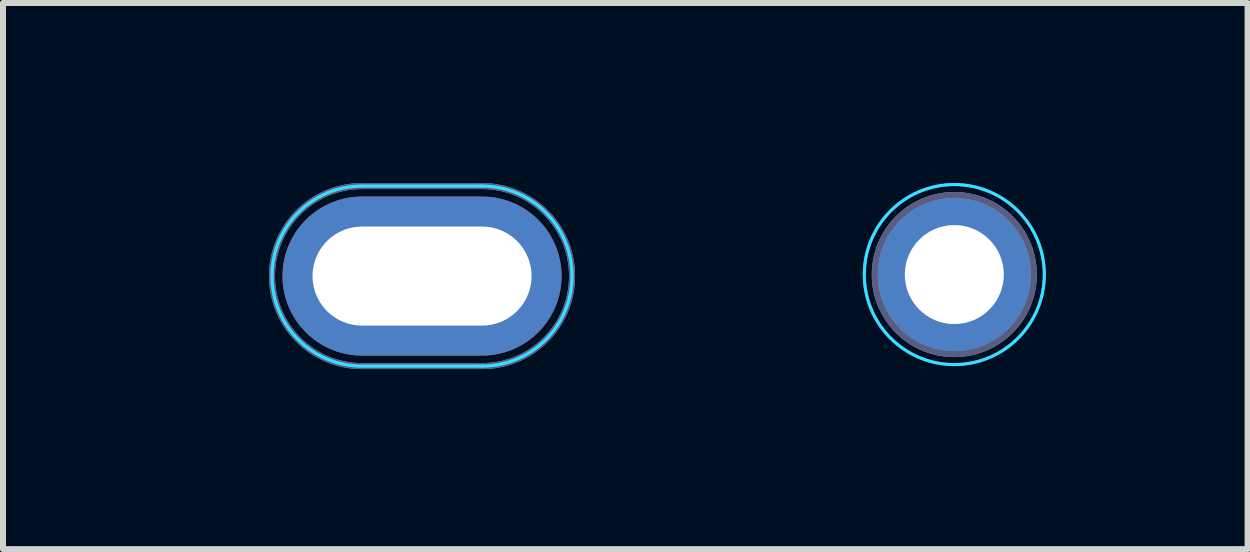
<source format=kicad_pcb>
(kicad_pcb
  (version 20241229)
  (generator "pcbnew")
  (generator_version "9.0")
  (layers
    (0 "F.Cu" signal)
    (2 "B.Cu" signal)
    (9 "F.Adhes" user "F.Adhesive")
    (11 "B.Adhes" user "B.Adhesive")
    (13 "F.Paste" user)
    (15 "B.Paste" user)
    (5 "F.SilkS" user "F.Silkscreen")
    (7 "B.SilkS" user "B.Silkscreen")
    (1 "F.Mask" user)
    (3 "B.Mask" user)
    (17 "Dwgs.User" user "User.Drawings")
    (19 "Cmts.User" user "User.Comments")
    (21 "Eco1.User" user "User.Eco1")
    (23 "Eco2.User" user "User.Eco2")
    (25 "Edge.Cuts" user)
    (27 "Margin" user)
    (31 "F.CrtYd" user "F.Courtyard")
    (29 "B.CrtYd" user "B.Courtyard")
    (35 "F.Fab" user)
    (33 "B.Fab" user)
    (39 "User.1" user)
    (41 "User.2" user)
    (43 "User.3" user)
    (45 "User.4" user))
  (footprint "M1.6-Slot"
    (layer "F.Cu")
    (at 3.982 1.55)
    (property "Reference" "M1.6-Slot" (at 0 -0.5 0) (unlocked yes) (layer "Eco2.User") (effects (font (size 1 1) (thickness 0.15))))
    (attr through_hole)
    (fp_line (start -1 -1.5) (end 1 -1.5) (stroke (width 0.05) (type solid)) (layer "B.CrtYd"))
    (fp_line (start 1 1.5) (end -1 1.5) (stroke (width 0.05) (type solid)) (layer "B.CrtYd"))
    (fp_arc (start -1 1.5) (mid -2.5 0) (end -1 -1.5) (stroke (width 0.05) (type solid)) (layer "B.CrtYd"))
    (fp_arc (start 1 -1.5) (mid 2.5 0) (end 1 1.5) (stroke (width 0.05) (type solid)) (layer "B.CrtYd"))
    (fp_line (start -1 -1.5) (end 1 -1.5) (stroke (width 0.05) (type solid)) (layer "F.CrtYd"))
    (fp_line (start 1 1.5) (end -1 1.5) (stroke (width 0.05) (type solid)) (layer "F.CrtYd"))
    (fp_arc (start -1 1.5) (mid -2.5 0) (end -1 -1.5) (stroke (width 0.05) (type solid)) (layer "F.CrtYd"))
    (fp_arc (start 1 -1.5) (mid 2.5 0) (end 1 1.5) (stroke (width 0.05) (type solid)) (layer "F.CrtYd"))
    (fp_line (start -1 -1.5) (end 1 -1.5) (stroke (width 0.1) (type solid)) (layer "B.Fab"))
    (fp_line (start 1 1.5) (end -1 1.5) (stroke (width 0.1) (type solid)) (layer "B.Fab"))
    (fp_arc (start -1 1.5) (mid -2.5 0) (end -1 -1.5) (stroke (width 0.1) (type solid)) (layer "B.Fab"))
    (fp_arc (start 1 -1.5) (mid 2.5 0) (end 1 1.5) (stroke (width 0.1) (type solid)) (layer "B.Fab"))
    (fp_line (start -1 -1.5) (end 1 -1.5) (stroke (width 0.1) (type solid)) (layer "F.Fab"))
    (fp_line (start 1 1.5) (end -1 1.5) (stroke (width 0.1) (type solid)) (layer "F.Fab"))
    (fp_arc (start -1 1.5) (mid -2.5 0) (end -1 -1.5) (stroke (width 0.1) (type solid)) (layer "F.Fab"))
    (fp_arc (start 1 -1.5) (mid 2.5 0) (end 1 1.5) (stroke (width 0.1) (type solid)) (layer "F.Fab"))
    (fp_text user "${REFERENCE}" (at 0 0 0) (layer "B.Fab") (effects (font (size 0.3 0.3) (thickness 0.05)) (justify mirror)))
    (fp_text user "${REFERENCE}" (at 0 0 0) (layer "F.Fab") (effects (font (size 0.3 0.3) (thickness 0.05))))
    (pad "1" thru_hole oval (at 0 0) (size 4.65 2.65) (drill oval 3.65 1.65) (layers "*.Cu" "*.Mask")))
  (footprint "M1.6"
    (layer "F.Cu")
    (at 12.851 1.525)
    (property "Reference" "M1.6" (at 0 -0.5 0) (unlocked yes) (layer "Eco2.User") (effects (font (size 1 1) (thickness 0.15))))
    (attr through_hole)
    (fp_circle (center 0 0) (end 1.5 0) (stroke (width 0.05) (type solid)) (fill no) (layer "B.CrtYd"))
    (fp_circle (center 0 0) (end 1.5 0) (stroke (width 0.05) (type solid)) (fill no) (layer "F.CrtYd"))
    (fp_circle (center 0 0) (end 1.325 0) (stroke (width 0.1) (type solid)) (fill no) (layer "B.Fab"))
    (fp_circle (center 0 0) (end 1.325 0) (stroke (width 0.1) (type solid)) (fill no) (layer "F.Fab"))
    (fp_text user "${REFERENCE}" (at 0 0 0) (layer "B.Fab") (effects (font (size 0.3 0.3) (thickness 0.05)) (justify mirror)))
    (fp_text user "${REFERENCE}" (at 0 0 0) (layer "F.Fab") (effects (font (size 0.3 0.3) (thickness 0.05))))
    (pad "1" thru_hole circle (at 0 0) (size 2.65 2.65) (drill 1.65) (layers "*.Cu" "*.Mask")))
  (gr_rect
    (start -3 -3)
    (end 17.738 6.1)
    (stroke (width 0.1) (type default))
    (fill no)
    (layer "Edge.Cuts")))
</source>
